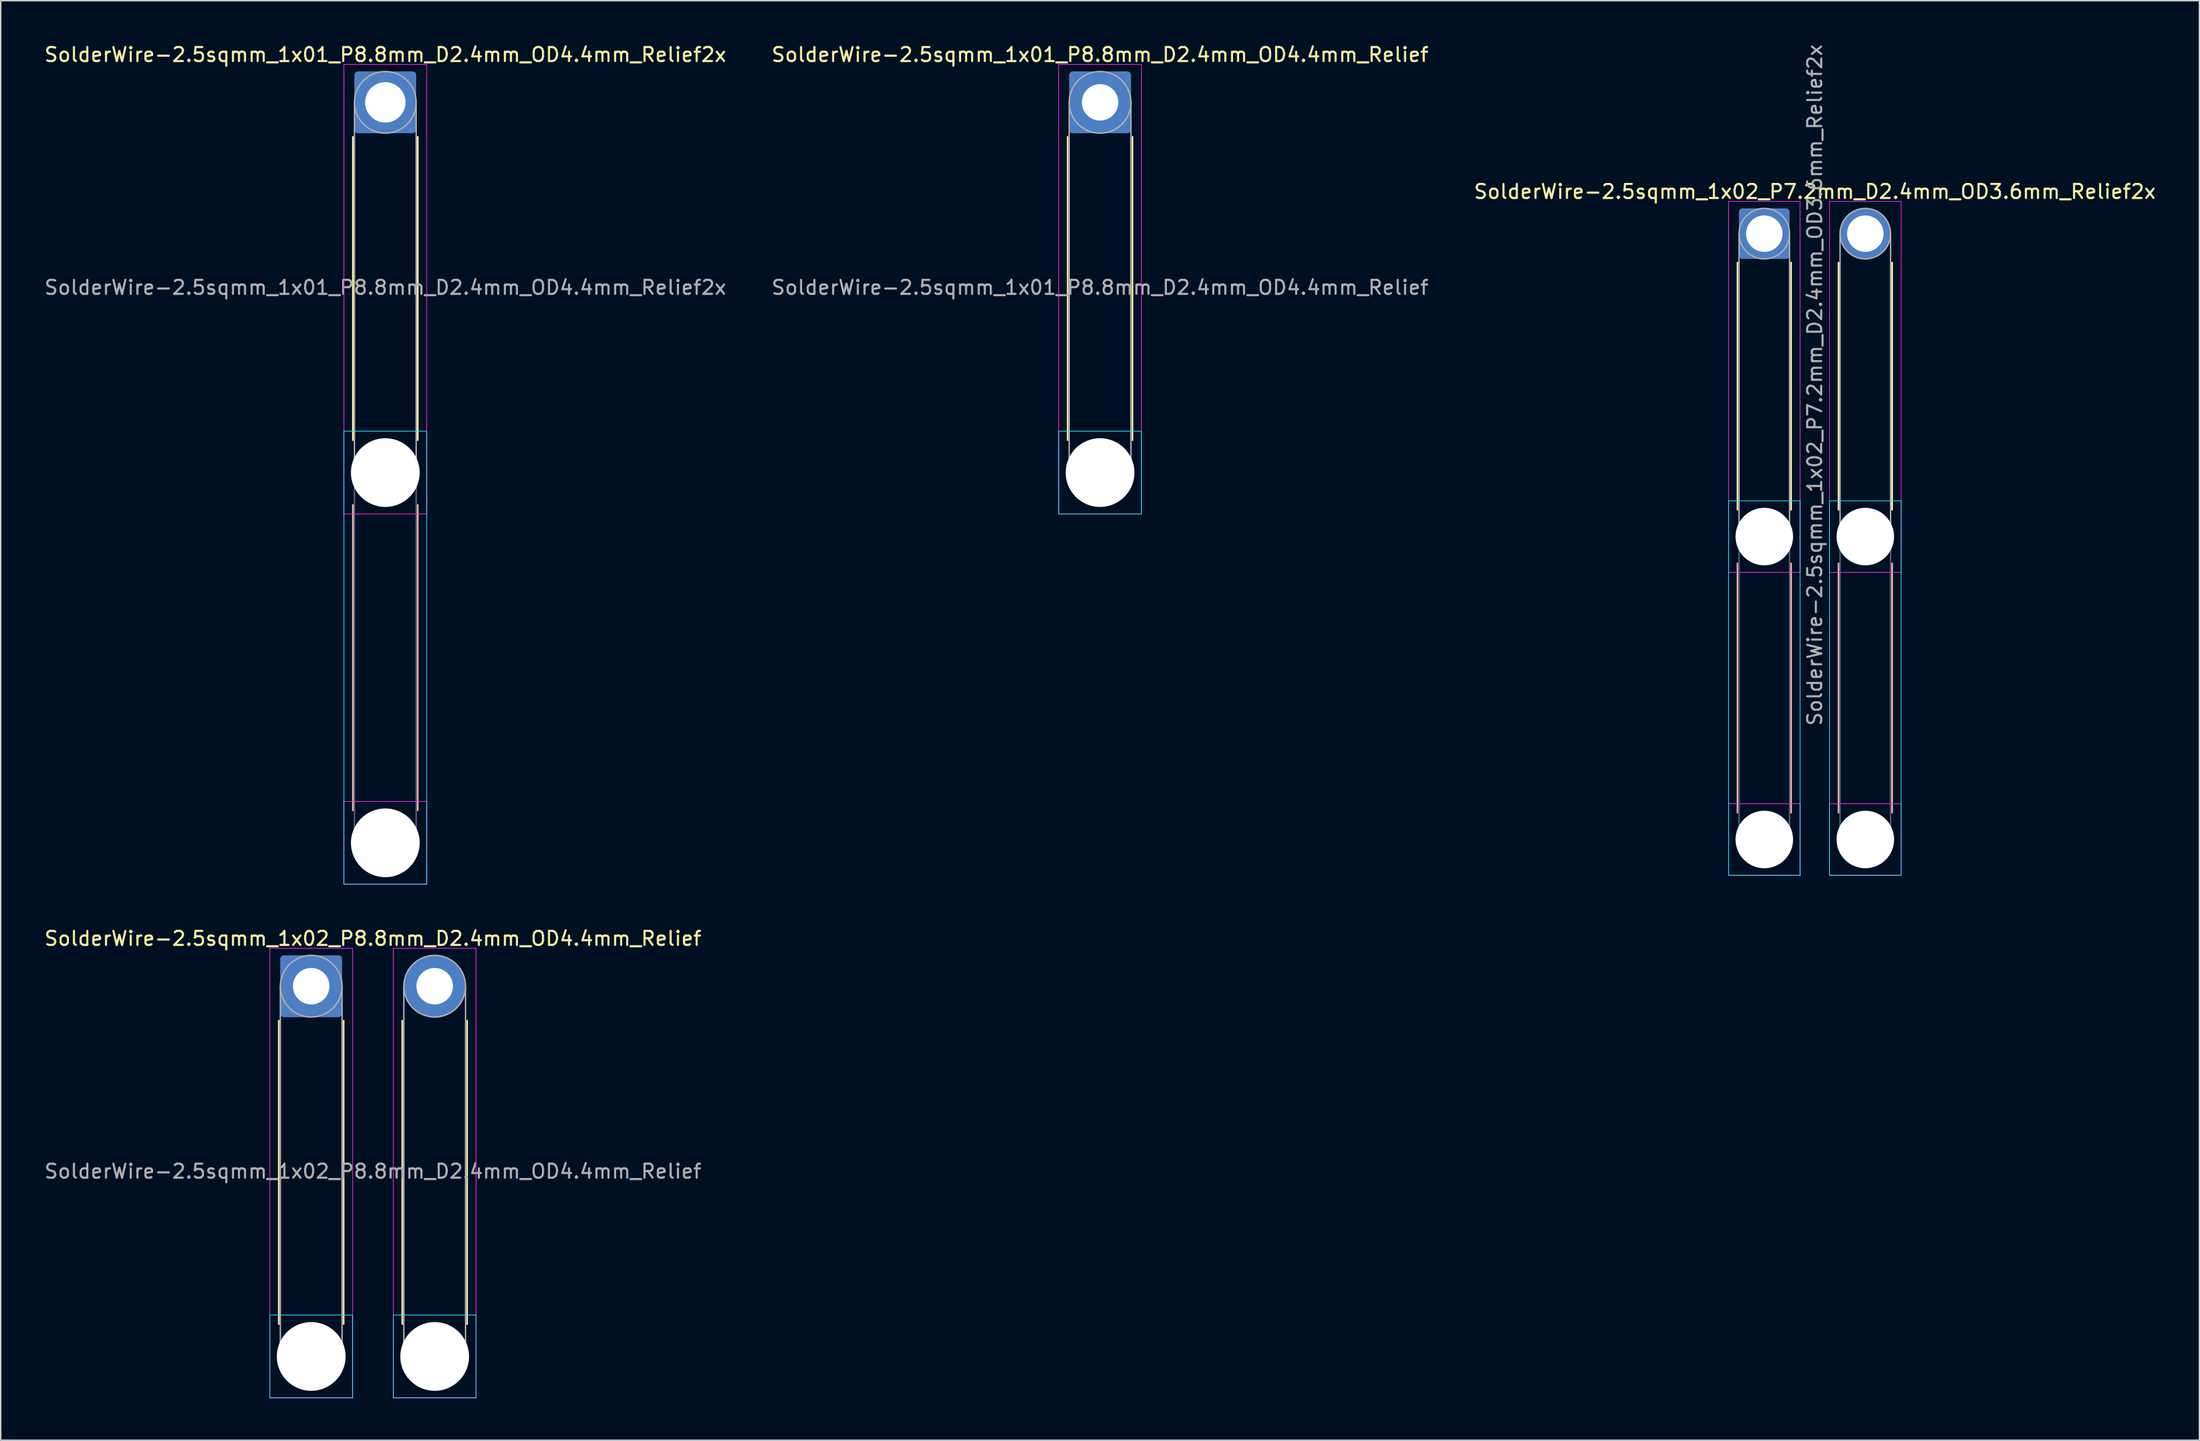
<source format=kicad_pcb>
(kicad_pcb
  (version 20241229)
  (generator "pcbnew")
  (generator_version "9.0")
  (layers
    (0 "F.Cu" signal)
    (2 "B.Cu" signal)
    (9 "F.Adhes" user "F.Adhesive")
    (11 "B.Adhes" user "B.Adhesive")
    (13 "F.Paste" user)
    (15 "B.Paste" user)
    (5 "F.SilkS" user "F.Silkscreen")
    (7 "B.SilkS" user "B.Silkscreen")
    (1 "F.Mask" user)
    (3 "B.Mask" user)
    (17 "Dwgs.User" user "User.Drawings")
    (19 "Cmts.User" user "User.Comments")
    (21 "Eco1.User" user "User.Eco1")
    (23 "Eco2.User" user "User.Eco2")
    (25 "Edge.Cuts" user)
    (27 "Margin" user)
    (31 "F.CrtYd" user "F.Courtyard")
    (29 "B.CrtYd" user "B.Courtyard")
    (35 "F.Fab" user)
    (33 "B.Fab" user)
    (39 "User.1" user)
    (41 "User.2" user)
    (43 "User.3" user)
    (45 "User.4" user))
  (footprint "SolderWire-2.5sqmm_1x01_P8.8mm_D2.4mm_OD4.4mm_Relief"
    (layer "F.Cu")
    (at 75.351 4.248)
    (property "Reference" "SolderWire-2.5sqmm_1x01_P8.8mm_D2.4mm_OD4.4mm_Relief" (at 0 -3.4 0) (layer "F.SilkS") (effects (font (size 1 1) (thickness 0.15))))
    (attr exclude_from_pos_files exclude_from_bom)
    (fp_line (start -2.31 2.46) (end -2.31 24.09) (stroke (width 0.12) (type solid)) (layer "F.SilkS"))
    (fp_line (start 2.31 2.46) (end 2.31 24.09) (stroke (width 0.12) (type solid)) (layer "F.SilkS"))
    (fp_line (start -2.95 23.45) (end -2.95 29.35) (stroke (width 0.05) (type solid)) (layer "B.CrtYd"))
    (fp_line (start -2.95 29.35) (end 2.95 29.35) (stroke (width 0.05) (type solid)) (layer "B.CrtYd"))
    (fp_line (start 2.95 23.45) (end -2.95 23.45) (stroke (width 0.05) (type solid)) (layer "B.CrtYd"))
    (fp_line (start 2.95 29.35) (end 2.95 23.45) (stroke (width 0.05) (type solid)) (layer "B.CrtYd"))
    (fp_line (start -2.95 -2.7) (end -2.95 29.35) (stroke (width 0.05) (type solid)) (layer "F.CrtYd"))
    (fp_line (start -2.95 29.35) (end 2.95 29.35) (stroke (width 0.05) (type solid)) (layer "F.CrtYd"))
    (fp_line (start 2.95 -2.7) (end -2.95 -2.7) (stroke (width 0.05) (type solid)) (layer "F.CrtYd"))
    (fp_line (start 2.95 29.35) (end 2.95 -2.7) (stroke (width 0.05) (type solid)) (layer "F.CrtYd"))
    (fp_line (start -2.2 0) (end -2.2 26.4) (stroke (width 0.1) (type solid)) (layer "F.Fab"))
    (fp_line (start 2.2 0) (end 2.2 26.4) (stroke (width 0.1) (type solid)) (layer "F.Fab"))
    (fp_circle (center 0 0) (end 2.2 0) (stroke (width 0.1) (type solid)) (fill no) (layer "F.Fab"))
    (fp_circle (center 0 26.4) (end 2.2 26.4) (stroke (width 0.1) (type solid)) (fill no) (layer "F.Fab"))
    (fp_text user "${REFERENCE}" (at 0 13.2 0) (layer "F.Fab") (effects (font (size 1 1) (thickness 0.15))))
    (pad "" np_thru_hole circle (at 0 26.4) (size 4.9 4.9) (drill 4.9) (layers "*.Cu" "*.Mask"))
    (pad "1" thru_hole roundrect (at 0 0) (size 4.4 4.4) (drill 2.6) (layers "*.Cu" "*.Mask") (roundrect_rratio 0.057)))
  (footprint "SolderWire-2.5sqmm_1x02_P7.2mm_D2.4mm_OD3.6mm_Relief2x"
    (layer "F.Cu")
    (at 122.692 13.611)
    (property "Reference" "SolderWire-2.5sqmm_1x02_P7.2mm_D2.4mm_OD3.6mm_Relief2x" (at 3.6 -3 0) (layer "F.SilkS") (effects (font (size 1 1) (thickness 0.15))))
    (attr exclude_from_pos_files exclude_from_bom)
    (fp_line (start -1.91 2.06) (end -1.91 19.69) (stroke (width 0.12) (type solid)) (layer "F.SilkS"))
    (fp_line (start 1.91 2.06) (end 1.91 19.69) (stroke (width 0.12) (type solid)) (layer "F.SilkS"))
    (fp_line (start 5.29 2.06) (end 5.29 19.69) (stroke (width 0.12) (type solid)) (layer "F.SilkS"))
    (fp_line (start 9.11 2.06) (end 9.11 19.69) (stroke (width 0.12) (type solid)) (layer "F.SilkS"))
    (fp_line (start -1.91 23.51) (end -1.91 41.29) (stroke (width 0.12) (type solid)) (layer "B.SilkS"))
    (fp_line (start 1.91 23.51) (end 1.91 41.29) (stroke (width 0.12) (type solid)) (layer "B.SilkS"))
    (fp_line (start 5.29 23.51) (end 5.29 41.29) (stroke (width 0.12) (type solid)) (layer "B.SilkS"))
    (fp_line (start 9.11 23.51) (end 9.11 41.29) (stroke (width 0.12) (type solid)) (layer "B.SilkS"))
    (fp_line (start -2.55 19.05) (end -2.55 45.75) (stroke (width 0.05) (type solid)) (layer "B.CrtYd"))
    (fp_line (start -2.55 45.75) (end 2.55 45.75) (stroke (width 0.05) (type solid)) (layer "B.CrtYd"))
    (fp_line (start 2.55 19.05) (end -2.55 19.05) (stroke (width 0.05) (type solid)) (layer "B.CrtYd"))
    (fp_line (start 2.55 45.75) (end 2.55 19.05) (stroke (width 0.05) (type solid)) (layer "B.CrtYd"))
    (fp_line (start 4.65 19.05) (end 4.65 45.75) (stroke (width 0.05) (type solid)) (layer "B.CrtYd"))
    (fp_line (start 4.65 45.75) (end 9.75 45.75) (stroke (width 0.05) (type solid)) (layer "B.CrtYd"))
    (fp_line (start 9.75 19.05) (end 4.65 19.05) (stroke (width 0.05) (type solid)) (layer "B.CrtYd"))
    (fp_line (start 9.75 45.75) (end 9.75 19.05) (stroke (width 0.05) (type solid)) (layer "B.CrtYd"))
    (fp_line (start -2.55 -2.3) (end -2.55 24.15) (stroke (width 0.05) (type solid)) (layer "F.CrtYd"))
    (fp_line (start -2.55 24.15) (end 2.55 24.15) (stroke (width 0.05) (type solid)) (layer "F.CrtYd"))
    (fp_line (start -2.55 40.65) (end -2.55 45.75) (stroke (width 0.05) (type solid)) (layer "F.CrtYd"))
    (fp_line (start -2.55 45.75) (end 2.55 45.75) (stroke (width 0.05) (type solid)) (layer "F.CrtYd"))
    (fp_line (start 2.55 -2.3) (end -2.55 -2.3) (stroke (width 0.05) (type solid)) (layer "F.CrtYd"))
    (fp_line (start 2.55 24.15) (end 2.55 -2.3) (stroke (width 0.05) (type solid)) (layer "F.CrtYd"))
    (fp_line (start 2.55 40.65) (end -2.55 40.65) (stroke (width 0.05) (type solid)) (layer "F.CrtYd"))
    (fp_line (start 2.55 45.75) (end 2.55 40.65) (stroke (width 0.05) (type solid)) (layer "F.CrtYd"))
    (fp_line (start 4.65 -2.3) (end 4.65 24.15) (stroke (width 0.05) (type solid)) (layer "F.CrtYd"))
    (fp_line (start 4.65 24.15) (end 9.75 24.15) (stroke (width 0.05) (type solid)) (layer "F.CrtYd"))
    (fp_line (start 4.65 40.65) (end 4.65 45.75) (stroke (width 0.05) (type solid)) (layer "F.CrtYd"))
    (fp_line (start 4.65 45.75) (end 9.75 45.75) (stroke (width 0.05) (type solid)) (layer "F.CrtYd"))
    (fp_line (start 9.75 -2.3) (end 4.65 -2.3) (stroke (width 0.05) (type solid)) (layer "F.CrtYd"))
    (fp_line (start 9.75 24.15) (end 9.75 -2.3) (stroke (width 0.05) (type solid)) (layer "F.CrtYd"))
    (fp_line (start 9.75 40.65) (end 4.65 40.65) (stroke (width 0.05) (type solid)) (layer "F.CrtYd"))
    (fp_line (start 9.75 45.75) (end 9.75 40.65) (stroke (width 0.05) (type solid)) (layer "F.CrtYd"))
    (fp_line (start -1.8 21.6) (end -1.8 43.2) (stroke (width 0.1) (type solid)) (layer "B.Fab"))
    (fp_line (start 1.8 21.6) (end 1.8 43.2) (stroke (width 0.1) (type solid)) (layer "B.Fab"))
    (fp_line (start 5.4 21.6) (end 5.4 43.2) (stroke (width 0.1) (type solid)) (layer "B.Fab"))
    (fp_line (start 9 21.6) (end 9 43.2) (stroke (width 0.1) (type solid)) (layer "B.Fab"))
    (fp_circle (center 0 21.6) (end 1.8 21.6) (stroke (width 0.1) (type solid)) (fill no) (layer "B.Fab"))
    (fp_circle (center 0 43.2) (end 1.8 43.2) (stroke (width 0.1) (type solid)) (fill no) (layer "B.Fab"))
    (fp_circle (center 7.2 21.6) (end 9 21.6) (stroke (width 0.1) (type solid)) (fill no) (layer "B.Fab"))
    (fp_circle (center 7.2 43.2) (end 9 43.2) (stroke (width 0.1) (type solid)) (fill no) (layer "B.Fab"))
    (fp_line (start -1.8 0) (end -1.8 21.6) (stroke (width 0.1) (type solid)) (layer "F.Fab"))
    (fp_line (start 1.8 0) (end 1.8 21.6) (stroke (width 0.1) (type solid)) (layer "F.Fab"))
    (fp_line (start 5.4 0) (end 5.4 21.6) (stroke (width 0.1) (type solid)) (layer "F.Fab"))
    (fp_line (start 9 0) (end 9 21.6) (stroke (width 0.1) (type solid)) (layer "F.Fab"))
    (fp_circle (center 0 0) (end 1.8 0) (stroke (width 0.1) (type solid)) (fill no) (layer "F.Fab"))
    (fp_circle (center 0 21.6) (end 1.8 21.6) (stroke (width 0.1) (type solid)) (fill no) (layer "F.Fab"))
    (fp_circle (center 0 43.2) (end 1.8 43.2) (stroke (width 0.1) (type solid)) (fill no) (layer "F.Fab"))
    (fp_circle (center 7.2 0) (end 9 0) (stroke (width 0.1) (type solid)) (fill no) (layer "F.Fab"))
    (fp_circle (center 7.2 21.6) (end 9 21.6) (stroke (width 0.1) (type solid)) (fill no) (layer "F.Fab"))
    (fp_circle (center 7.2 43.2) (end 9 43.2) (stroke (width 0.1) (type solid)) (fill no) (layer "F.Fab"))
    (fp_text user "${REFERENCE}" (at 3.6 10.8 90) (layer "F.Fab") (effects (font (size 1 1) (thickness 0.15))))
    (pad "" np_thru_hole circle (at 0 21.6) (size 4.1 4.1) (drill 4.1) (layers "*.Cu" "*.Mask"))
    (pad "" np_thru_hole circle (at 0 43.2) (size 4.1 4.1) (drill 4.1) (layers "*.Cu" "*.Mask"))
    (pad "" np_thru_hole circle (at 7.2 21.6) (size 4.1 4.1) (drill 4.1) (layers "*.Cu" "*.Mask"))
    (pad "" np_thru_hole circle (at 7.2 43.2) (size 4.1 4.1) (drill 4.1) (layers "*.Cu" "*.Mask"))
    (pad "1" thru_hole roundrect (at 0 0) (size 3.6 3.6) (drill 2.6) (layers "*.Cu" "*.Mask") (roundrect_rratio 0.069))
    (pad "2" thru_hole circle (at 7.2 0) (size 3.6 3.6) (drill 2.6) (layers "*.Cu" "*.Mask")))
  (footprint "SolderWire-2.5sqmm_1x02_P8.8mm_D2.4mm_OD4.4mm_Relief"
    (layer "F.Cu")
    (at 19.13 67.272)
    (property "Reference" "SolderWire-2.5sqmm_1x02_P8.8mm_D2.4mm_OD4.4mm_Relief" (at 4.4 -3.4 0) (layer "F.SilkS") (effects (font (size 1 1) (thickness 0.15))))
    (attr exclude_from_pos_files exclude_from_bom)
    (fp_line (start -2.31 2.46) (end -2.31 24.09) (stroke (width 0.12) (type solid)) (layer "F.SilkS"))
    (fp_line (start 2.31 2.46) (end 2.31 24.09) (stroke (width 0.12) (type solid)) (layer "F.SilkS"))
    (fp_line (start 6.49 2.46) (end 6.49 24.09) (stroke (width 0.12) (type solid)) (layer "F.SilkS"))
    (fp_line (start 11.11 2.46) (end 11.11 24.09) (stroke (width 0.12) (type solid)) (layer "F.SilkS"))
    (fp_line (start -2.95 23.45) (end -2.95 29.35) (stroke (width 0.05) (type solid)) (layer "B.CrtYd"))
    (fp_line (start -2.95 29.35) (end 2.95 29.35) (stroke (width 0.05) (type solid)) (layer "B.CrtYd"))
    (fp_line (start 2.95 23.45) (end -2.95 23.45) (stroke (width 0.05) (type solid)) (layer "B.CrtYd"))
    (fp_line (start 2.95 29.35) (end 2.95 23.45) (stroke (width 0.05) (type solid)) (layer "B.CrtYd"))
    (fp_line (start 5.85 23.45) (end 5.85 29.35) (stroke (width 0.05) (type solid)) (layer "B.CrtYd"))
    (fp_line (start 5.85 29.35) (end 11.75 29.35) (stroke (width 0.05) (type solid)) (layer "B.CrtYd"))
    (fp_line (start 11.75 23.45) (end 5.85 23.45) (stroke (width 0.05) (type solid)) (layer "B.CrtYd"))
    (fp_line (start 11.75 29.35) (end 11.75 23.45) (stroke (width 0.05) (type solid)) (layer "B.CrtYd"))
    (fp_line (start -2.95 -2.7) (end -2.95 29.35) (stroke (width 0.05) (type solid)) (layer "F.CrtYd"))
    (fp_line (start -2.95 29.35) (end 2.95 29.35) (stroke (width 0.05) (type solid)) (layer "F.CrtYd"))
    (fp_line (start 2.95 -2.7) (end -2.95 -2.7) (stroke (width 0.05) (type solid)) (layer "F.CrtYd"))
    (fp_line (start 2.95 29.35) (end 2.95 -2.7) (stroke (width 0.05) (type solid)) (layer "F.CrtYd"))
    (fp_line (start 5.85 -2.7) (end 5.85 29.35) (stroke (width 0.05) (type solid)) (layer "F.CrtYd"))
    (fp_line (start 5.85 29.35) (end 11.75 29.35) (stroke (width 0.05) (type solid)) (layer "F.CrtYd"))
    (fp_line (start 11.75 -2.7) (end 5.85 -2.7) (stroke (width 0.05) (type solid)) (layer "F.CrtYd"))
    (fp_line (start 11.75 29.35) (end 11.75 -2.7) (stroke (width 0.05) (type solid)) (layer "F.CrtYd"))
    (fp_line (start -2.2 0) (end -2.2 26.4) (stroke (width 0.1) (type solid)) (layer "F.Fab"))
    (fp_line (start 2.2 0) (end 2.2 26.4) (stroke (width 0.1) (type solid)) (layer "F.Fab"))
    (fp_line (start 6.6 0) (end 6.6 26.4) (stroke (width 0.1) (type solid)) (layer "F.Fab"))
    (fp_line (start 11 0) (end 11 26.4) (stroke (width 0.1) (type solid)) (layer "F.Fab"))
    (fp_circle (center 0 0) (end 2.2 0) (stroke (width 0.1) (type solid)) (fill no) (layer "F.Fab"))
    (fp_circle (center 0 26.4) (end 2.2 26.4) (stroke (width 0.1) (type solid)) (fill no) (layer "F.Fab"))
    (fp_circle (center 8.8 0) (end 11 0) (stroke (width 0.1) (type solid)) (fill no) (layer "F.Fab"))
    (fp_circle (center 8.8 26.4) (end 11 26.4) (stroke (width 0.1) (type solid)) (fill no) (layer "F.Fab"))
    (fp_text user "${REFERENCE}" (at 4.4 13.2 0) (layer "F.Fab") (effects (font (size 1 1) (thickness 0.15))))
    (pad "" np_thru_hole circle (at 0 26.4) (size 4.9 4.9) (drill 4.9) (layers "*.Cu" "*.Mask"))
    (pad "" np_thru_hole circle (at 8.8 26.4) (size 4.9 4.9) (drill 4.9) (layers "*.Cu" "*.Mask"))
    (pad "1" thru_hole roundrect (at 0 0) (size 4.4 4.4) (drill 2.6) (layers "*.Cu" "*.Mask") (roundrect_rratio 0.057))
    (pad "2" thru_hole circle (at 8.8 0) (size 4.4 4.4) (drill 2.6) (layers "*.Cu" "*.Mask")))
  (footprint "SolderWire-2.5sqmm_1x01_P8.8mm_D2.4mm_OD4.4mm_Relief2x"
    (layer "F.Cu")
    (at 24.411 4.248)
    (property "Reference" "SolderWire-2.5sqmm_1x01_P8.8mm_D2.4mm_OD4.4mm_Relief2x" (at 0 -3.4 0) (layer "F.SilkS") (effects (font (size 1 1) (thickness 0.15))))
    (attr exclude_from_pos_files exclude_from_bom)
    (fp_line (start -2.31 2.46) (end -2.31 24.09) (stroke (width 0.12) (type solid)) (layer "F.SilkS"))
    (fp_line (start 2.31 2.46) (end 2.31 24.09) (stroke (width 0.12) (type solid)) (layer "F.SilkS"))
    (fp_line (start -2.31 28.71) (end -2.31 50.49) (stroke (width 0.12) (type solid)) (layer "B.SilkS"))
    (fp_line (start 2.31 28.71) (end 2.31 50.49) (stroke (width 0.12) (type solid)) (layer "B.SilkS"))
    (fp_line (start -2.95 23.45) (end -2.95 55.75) (stroke (width 0.05) (type solid)) (layer "B.CrtYd"))
    (fp_line (start -2.95 55.75) (end 2.95 55.75) (stroke (width 0.05) (type solid)) (layer "B.CrtYd"))
    (fp_line (start 2.95 23.45) (end -2.95 23.45) (stroke (width 0.05) (type solid)) (layer "B.CrtYd"))
    (fp_line (start 2.95 55.75) (end 2.95 23.45) (stroke (width 0.05) (type solid)) (layer "B.CrtYd"))
    (fp_line (start -2.95 -2.7) (end -2.95 29.35) (stroke (width 0.05) (type solid)) (layer "F.CrtYd"))
    (fp_line (start -2.95 29.35) (end 2.95 29.35) (stroke (width 0.05) (type solid)) (layer "F.CrtYd"))
    (fp_line (start -2.95 49.85) (end -2.95 55.75) (stroke (width 0.05) (type solid)) (layer "F.CrtYd"))
    (fp_line (start -2.95 55.75) (end 2.95 55.75) (stroke (width 0.05) (type solid)) (layer "F.CrtYd"))
    (fp_line (start 2.95 -2.7) (end -2.95 -2.7) (stroke (width 0.05) (type solid)) (layer "F.CrtYd"))
    (fp_line (start 2.95 29.35) (end 2.95 -2.7) (stroke (width 0.05) (type solid)) (layer "F.CrtYd"))
    (fp_line (start 2.95 49.85) (end -2.95 49.85) (stroke (width 0.05) (type solid)) (layer "F.CrtYd"))
    (fp_line (start 2.95 55.75) (end 2.95 49.85) (stroke (width 0.05) (type solid)) (layer "F.CrtYd"))
    (fp_line (start -2.2 26.4) (end -2.2 52.8) (stroke (width 0.1) (type solid)) (layer "B.Fab"))
    (fp_line (start 2.2 26.4) (end 2.2 52.8) (stroke (width 0.1) (type solid)) (layer "B.Fab"))
    (fp_circle (center 0 26.4) (end 2.2 26.4) (stroke (width 0.1) (type solid)) (fill no) (layer "B.Fab"))
    (fp_circle (center 0 52.8) (end 2.2 52.8) (stroke (width 0.1) (type solid)) (fill no) (layer "B.Fab"))
    (fp_line (start -2.2 0) (end -2.2 26.4) (stroke (width 0.1) (type solid)) (layer "F.Fab"))
    (fp_line (start 2.2 0) (end 2.2 26.4) (stroke (width 0.1) (type solid)) (layer "F.Fab"))
    (fp_circle (center 0 0) (end 2.2 0) (stroke (width 0.1) (type solid)) (fill no) (layer "F.Fab"))
    (fp_circle (center 0 26.4) (end 2.2 26.4) (stroke (width 0.1) (type solid)) (fill no) (layer "F.Fab"))
    (fp_circle (center 0 52.8) (end 2.2 52.8) (stroke (width 0.1) (type solid)) (fill no) (layer "F.Fab"))
    (fp_text user "${REFERENCE}" (at 0 13.2 0) (layer "F.Fab") (effects (font (size 1 1) (thickness 0.15))))
    (pad "" np_thru_hole circle (at 0 26.4) (size 4.9 4.9) (drill 4.9) (layers "*.Cu" "*.Mask"))
    (pad "" np_thru_hole circle (at 0 52.8) (size 4.9 4.9) (drill 4.9) (layers "*.Cu" "*.Mask"))
    (pad "1" thru_hole roundrect (at 0 0) (size 4.4 4.4) (drill 2.88) (layers "*.Cu" "*.Mask") (roundrect_rratio 0.057)))
  (gr_rect
    (start -3 -3)
    (end 153.702 99.647)
    (stroke (width 0.1) (type default))
    (fill no)
    (layer "Edge.Cuts")))
</source>
